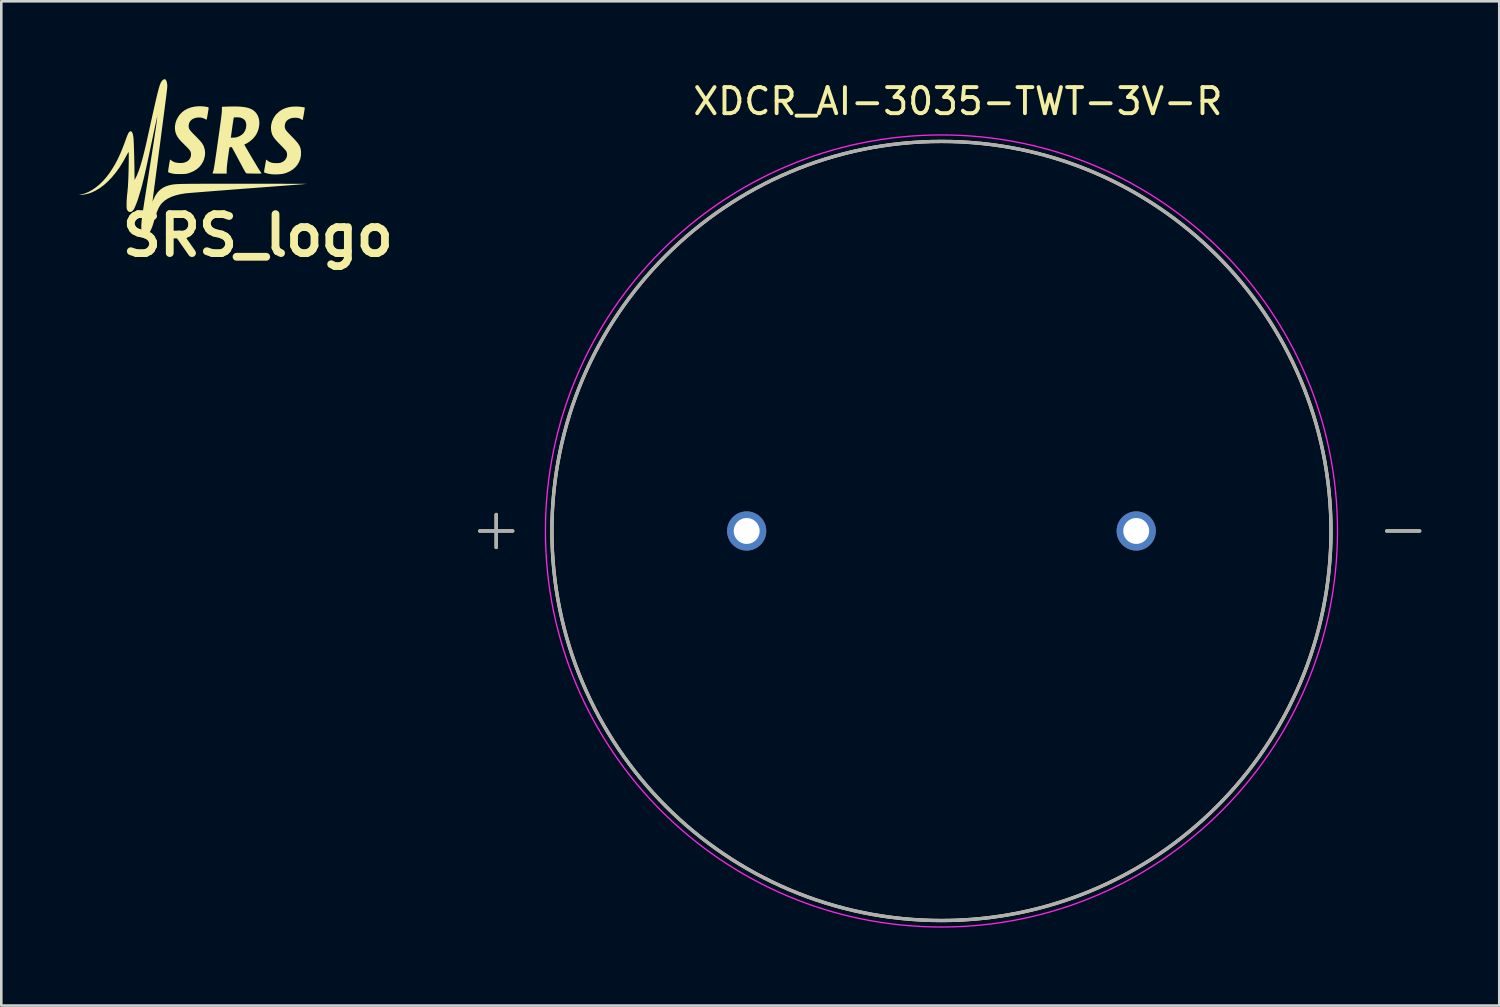
<source format=kicad_pcb>
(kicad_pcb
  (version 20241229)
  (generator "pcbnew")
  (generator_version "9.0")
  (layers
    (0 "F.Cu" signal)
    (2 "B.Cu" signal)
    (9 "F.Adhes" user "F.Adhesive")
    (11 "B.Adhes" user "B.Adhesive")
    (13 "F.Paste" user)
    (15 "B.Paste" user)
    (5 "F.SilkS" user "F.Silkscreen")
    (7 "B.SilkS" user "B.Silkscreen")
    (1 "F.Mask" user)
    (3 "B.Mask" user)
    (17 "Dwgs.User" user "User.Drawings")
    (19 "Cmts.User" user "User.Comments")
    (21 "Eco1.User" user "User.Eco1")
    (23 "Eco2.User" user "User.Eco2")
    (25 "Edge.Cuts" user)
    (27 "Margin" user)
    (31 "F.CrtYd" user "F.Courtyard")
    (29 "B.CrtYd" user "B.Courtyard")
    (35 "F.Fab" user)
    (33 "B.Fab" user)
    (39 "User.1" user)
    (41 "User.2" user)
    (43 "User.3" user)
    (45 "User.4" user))
  (footprint "XDCR_AI-3035-TWT-3V-R"
    (layer "F.Cu")
    (at 33.202 17.396)
    (property "Reference" "XDCR_AI-3035-TWT-3V-R" (at 0.633 -16.545 0) (layer "F.SilkS") (effects (font (size 1.004 1.004) (thickness 0.15))))
    (attr through_hole)
    (fp_line (start -17.78 0) (end -16.51 0) (stroke (width 0.127) (type solid)) (layer "F.SilkS"))
    (fp_line (start -17.145 -0.635) (end -17.145 0.635) (stroke (width 0.127) (type solid)) (layer "F.SilkS"))
    (fp_line (start 17.145 0) (end 18.415 0) (stroke (width 0.127) (type solid)) (layer "F.SilkS"))
    (fp_circle (center 0 0) (end 15 0) (stroke (width 0.127) (type solid)) (fill no) (layer "F.SilkS"))
    (fp_circle (center 0 0) (end 15.25 0) (stroke (width 0.05) (type solid)) (fill no) (layer "F.CrtYd"))
    (fp_line (start -17.78 0) (end -16.51 0) (stroke (width 0.127) (type solid)) (layer "F.Fab"))
    (fp_line (start -17.145 -0.635) (end -17.145 0.635) (stroke (width 0.127) (type solid)) (layer "F.Fab"))
    (fp_line (start 17.145 0) (end 18.415 0) (stroke (width 0.127) (type solid)) (layer "F.Fab"))
    (fp_circle (center 0 0) (end 15 0) (stroke (width 0.127) (type solid)) (fill no) (layer "F.Fab"))
    (pad "N" thru_hole circle (at 7.5 0) (size 1.508 1.508) (drill 1) (layers "*.Cu" "*.Mask"))
    (pad "P" thru_hole circle (at -7.5 0) (size 1.508 1.508) (drill 1) (layers "*.Cu" "*.Mask")))
  (footprint "SRS_logo"
    (layer "F.Cu")
    (at 4.38 3.017)
    (property "Reference" "SRS_logo" (at 2.5 3 0) (layer "F.SilkS") (effects (font (size 1.5 1.5) (thickness 0.3))))
    (attr board_only exclude_from_pos_files exclude_from_bom)
    (fp_poly (pts (xy 4.079 -1.96) (xy 4.145 -1.954) (xy 4.205 -1.946) (xy 4.255 -1.938) (xy 4.29 -1.929) (xy 4.307 -1.921) (xy 4.306 -1.909) (xy 4.302 -1.877) (xy 4.294 -1.83) (xy 4.285 -1.771) (xy 4.274 -1.702) (xy 4.27 -1.679) (xy 4.254 -1.593) (xy 4.241 -1.525) (xy 4.23 -1.476) (xy 4.221 -1.448) (xy 4.216 -1.442) (xy 4.199 -1.449) (xy 4.182 -1.464) (xy 4.16 -1.481) (xy 4.125 -1.499) (xy 4.097 -1.511) (xy 4.033 -1.527) (xy 3.957 -1.533) (xy 3.877 -1.531) (xy 3.8 -1.52) (xy 3.736 -1.5) (xy 3.73 -1.497) (xy 3.651 -1.452) (xy 3.594 -1.396) (xy 3.556 -1.331) (xy 3.538 -1.254) (xy 3.536 -1.213) (xy 3.537 -1.177) (xy 3.541 -1.144) (xy 3.55 -1.113) (xy 3.565 -1.081) (xy 3.588 -1.046) (xy 3.621 -1.005) (xy 3.665 -0.956) (xy 3.722 -0.896) (xy 3.793 -0.823) (xy 3.803 -0.813) (xy 3.89 -0.723) (xy 3.963 -0.644) (xy 4.021 -0.576) (xy 4.066 -0.514) (xy 4.101 -0.457) (xy 4.126 -0.401) (xy 4.143 -0.345) (xy 4.154 -0.285) (xy 4.161 -0.218) (xy 4.162 -0.2) (xy 4.157 -0.07) (xy 4.132 0.054) (xy 4.086 0.17) (xy 4.022 0.278) (xy 3.94 0.375) (xy 3.842 0.46) (xy 3.729 0.531) (xy 3.601 0.588) (xy 3.5 0.619) (xy 3.43 0.632) (xy 3.345 0.641) (xy 3.251 0.647) (xy 3.156 0.648) (xy 3.067 0.645) (xy 2.989 0.638) (xy 2.98 0.636) (xy 2.918 0.625) (xy 2.858 0.611) (xy 2.805 0.596) (xy 2.765 0.582) (xy 2.747 0.573) (xy 2.742 0.567) (xy 2.74 0.553) (xy 2.742 0.528) (xy 2.746 0.491) (xy 2.754 0.438) (xy 2.766 0.367) (xy 2.774 0.325) (xy 2.787 0.254) (xy 2.798 0.191) (xy 2.808 0.139) (xy 2.816 0.102) (xy 2.821 0.083) (xy 2.821 0.081) (xy 2.832 0.085) (xy 2.852 0.101) (xy 2.863 0.111) (xy 2.93 0.16) (xy 3.013 0.193) (xy 3.112 0.212) (xy 3.228 0.216) (xy 3.253 0.215) (xy 3.314 0.211) (xy 3.36 0.203) (xy 3.403 0.189) (xy 3.43 0.178) (xy 3.503 0.134) (xy 3.56 0.077) (xy 3.6 0.01) (xy 3.622 -0.064) (xy 3.624 -0.141) (xy 3.606 -0.218) (xy 3.598 -0.235) (xy 3.582 -0.259) (xy 3.551 -0.297) (xy 3.506 -0.347) (xy 3.448 -0.407) (xy 3.38 -0.477) (xy 3.376 -0.481) (xy 3.288 -0.57) (xy 3.216 -0.647) (xy 3.158 -0.715) (xy 3.113 -0.775) (xy 3.078 -0.83) (xy 3.053 -0.882) (xy 3.043 -0.909) (xy 3.012 -1.029) (xy 3.003 -1.152) (xy 3.015 -1.276) (xy 3.048 -1.397) (xy 3.1 -1.513) (xy 3.17 -1.622) (xy 3.219 -1.679) (xy 3.322 -1.773) (xy 3.437 -1.849) (xy 3.565 -1.906) (xy 3.706 -1.944) (xy 3.859 -1.963) (xy 4.01 -1.964)) (stroke (width 0) (type solid)) (fill yes) (layer "F.SilkS"))
    (fp_poly (pts (xy 0.315 -1.975) (xy 0.392 -1.97) (xy 0.463 -1.962) (xy 0.523 -1.953) (xy 0.568 -1.944) (xy 0.595 -1.934) (xy 0.6 -1.927) (xy 0.602 -1.913) (xy 0.601 -1.888) (xy 0.597 -1.85) (xy 0.589 -1.796) (xy 0.577 -1.723) (xy 0.572 -1.697) (xy 0.56 -1.628) (xy 0.549 -1.566) (xy 0.539 -1.515) (xy 0.531 -1.479) (xy 0.526 -1.462) (xy 0.526 -1.461) (xy 0.512 -1.461) (xy 0.487 -1.472) (xy 0.471 -1.481) (xy 0.397 -1.518) (xy 0.311 -1.539) (xy 0.219 -1.544) (xy 0.127 -1.534) (xy 0.041 -1.509) (xy -0.036 -1.469) (xy -0.049 -1.459) (xy -0.104 -1.403) (xy -0.143 -1.334) (xy -0.163 -1.257) (xy -0.166 -1.219) (xy -0.164 -1.181) (xy -0.159 -1.147) (xy -0.147 -1.114) (xy -0.129 -1.079) (xy -0.101 -1.04) (xy -0.063 -0.995) (xy -0.012 -0.94) (xy 0.053 -0.874) (xy 0.097 -0.83) (xy 0.178 -0.748) (xy 0.243 -0.679) (xy 0.296 -0.62) (xy 0.337 -0.568) (xy 0.37 -0.52) (xy 0.396 -0.474) (xy 0.418 -0.427) (xy 0.42 -0.421) (xy 0.455 -0.306) (xy 0.468 -0.185) (xy 0.459 -0.063) (xy 0.429 0.06) (xy 0.391 0.154) (xy 0.323 0.269) (xy 0.238 0.37) (xy 0.135 0.457) (xy 0.014 0.53) (xy -0.123 0.587) (xy -0.168 0.602) (xy -0.209 0.614) (xy -0.246 0.622) (xy -0.285 0.628) (xy -0.331 0.632) (xy -0.39 0.634) (xy -0.463 0.636) (xy -0.572 0.636) (xy -0.662 0.633) (xy -0.731 0.627) (xy -0.746 0.624) (xy -0.814 0.61) (xy -0.873 0.595) (xy -0.919 0.579) (xy -0.948 0.564) (xy -0.957 0.554) (xy -0.957 0.539) (xy -0.953 0.506) (xy -0.947 0.459) (xy -0.939 0.403) (xy -0.929 0.341) (xy -0.919 0.278) (xy -0.909 0.218) (xy -0.899 0.165) (xy -0.891 0.124) (xy -0.885 0.1) (xy -0.874 0.085) (xy -0.858 0.08) (xy -0.848 0.087) (xy -0.847 0.092) (xy -0.837 0.105) (xy -0.813 0.124) (xy -0.779 0.145) (xy -0.743 0.165) (xy -0.708 0.18) (xy -0.698 0.184) (xy -0.668 0.19) (xy -0.623 0.198) (xy -0.572 0.205) (xy -0.558 0.207) (xy -0.452 0.211) (xy -0.355 0.199) (xy -0.27 0.172) (xy -0.198 0.13) (xy -0.141 0.075) (xy -0.101 0.009) (xy -0.079 -0.069) (xy -0.075 -0.114) (xy -0.076 -0.155) (xy -0.082 -0.191) (xy -0.093 -0.226) (xy -0.112 -0.262) (xy -0.141 -0.302) (xy -0.181 -0.348) (xy -0.235 -0.404) (xy -0.303 -0.471) (xy -0.318 -0.486) (xy -0.399 -0.566) (xy -0.464 -0.634) (xy -0.517 -0.692) (xy -0.559 -0.745) (xy -0.593 -0.795) (xy -0.622 -0.845) (xy -0.639 -0.88) (xy -0.677 -0.986) (xy -0.695 -1.098) (xy -0.693 -1.213) (xy -0.673 -1.329) (xy -0.635 -1.442) (xy -0.58 -1.55) (xy -0.51 -1.651) (xy -0.424 -1.741) (xy -0.329 -1.816) (xy -0.212 -1.88) (xy -0.081 -1.929) (xy 0.059 -1.961) (xy 0.207 -1.976)) (stroke (width 0) (type solid)) (fill yes) (layer "F.SilkS"))
    (fp_poly (pts (xy 1.685 -1.967) (xy 1.829 -1.96) (xy 1.956 -1.947) (xy 2.066 -1.927) (xy 2.161 -1.901) (xy 2.244 -1.867) (xy 2.316 -1.826) (xy 2.377 -1.776) (xy 2.43 -1.718) (xy 2.439 -1.708) (xy 2.498 -1.612) (xy 2.537 -1.505) (xy 2.556 -1.39) (xy 2.555 -1.266) (xy 2.533 -1.135) (xy 2.511 -1.054) (xy 2.465 -0.94) (xy 2.4 -0.834) (xy 2.319 -0.736) (xy 2.265 -0.685) (xy 2.2 -0.632) (xy 2.132 -0.583) (xy 2.066 -0.543) (xy 2.019 -0.52) (xy 1.993 -0.508) (xy 1.98 -0.499) (xy 1.979 -0.497) (xy 1.985 -0.485) (xy 2.001 -0.456) (xy 2.026 -0.412) (xy 2.059 -0.354) (xy 2.099 -0.287) (xy 2.143 -0.211) (xy 2.191 -0.129) (xy 2.241 -0.044) (xy 2.292 0.043) (xy 2.343 0.128) (xy 2.393 0.211) (xy 2.439 0.288) (xy 2.48 0.357) (xy 2.516 0.416) (xy 2.545 0.462) (xy 2.565 0.494) (xy 2.57 0.502) (xy 2.599 0.545) (xy 2.623 0.58) (xy 2.638 0.604) (xy 2.643 0.613) (xy 2.632 0.615) (xy 2.602 0.616) (xy 2.557 0.617) (xy 2.499 0.617) (xy 2.434 0.617) (xy 2.364 0.617) (xy 2.294 0.616) (xy 2.226 0.615) (xy 2.166 0.613) (xy 2.115 0.612) (xy 2.079 0.61) (xy 2.061 0.608) (xy 2.061 0.608) (xy 2.051 0.602) (xy 2.038 0.588) (xy 2.02 0.563) (xy 1.998 0.527) (xy 1.969 0.476) (xy 1.932 0.41) (xy 1.887 0.326) (xy 1.863 0.28) (xy 1.815 0.191) (xy 1.765 0.098) (xy 1.716 0.006) (xy 1.671 -0.079) (xy 1.63 -0.154) (xy 1.598 -0.214) (xy 1.595 -0.22) (xy 1.497 -0.4) (xy 1.453 -0.4) (xy 1.441 -0.401) (xy 1.43 -0.401) (xy 1.422 -0.399) (xy 1.415 -0.393) (xy 1.408 -0.379) (xy 1.402 -0.357) (xy 1.396 -0.324) (xy 1.388 -0.277) (xy 1.379 -0.215) (xy 1.368 -0.135) (xy 1.354 -0.035) (xy 1.349 0) (xy 1.33 0.141) (xy 1.316 0.261) (xy 1.306 0.361) (xy 1.301 0.442) (xy 1.3 0.478) (xy 1.299 0.618) (xy 1.029 0.618) (xy 0.953 0.618) (xy 0.884 0.617) (xy 0.827 0.616) (xy 0.784 0.614) (xy 0.758 0.613) (xy 0.753 0.612) (xy 0.754 0.599) (xy 0.763 0.574) (xy 0.768 0.563) (xy 0.774 0.547) (xy 0.781 0.527) (xy 0.789 0.5) (xy 0.796 0.465) (xy 0.805 0.421) (xy 0.815 0.366) (xy 0.826 0.299) (xy 0.839 0.218) (xy 0.853 0.122) (xy 0.87 0.008) (xy 0.889 -0.123) (xy 0.911 -0.275) (xy 0.932 -0.423) (xy 0.96 -0.622) (xy 0.981 -0.767) (xy 1.458 -0.767) (xy 1.545 -0.767) (xy 1.598 -0.769) (xy 1.653 -0.776) (xy 1.694 -0.785) (xy 1.799 -0.826) (xy 1.886 -0.881) (xy 1.956 -0.951) (xy 2.007 -1.035) (xy 2.041 -1.133) (xy 2.043 -1.145) (xy 2.054 -1.232) (xy 2.048 -1.313) (xy 2.028 -1.384) (xy 1.993 -1.442) (xy 1.963 -1.47) (xy 1.907 -1.507) (xy 1.85 -1.531) (xy 1.785 -1.545) (xy 1.706 -1.549) (xy 1.697 -1.55) (xy 1.648 -1.549) (xy 1.607 -1.548) (xy 1.581 -1.545) (xy 1.574 -1.543) (xy 1.57 -1.53) (xy 1.564 -1.498) (xy 1.556 -1.448) (xy 1.546 -1.383) (xy 1.534 -1.306) (xy 1.522 -1.22) (xy 1.512 -1.151) (xy 1.458 -0.767) (xy 0.981 -0.767) (xy 0.985 -0.8) (xy 1.008 -0.958) (xy 1.027 -1.097) (xy 1.044 -1.22) (xy 1.059 -1.326) (xy 1.071 -1.418) (xy 1.082 -1.497) (xy 1.09 -1.564) (xy 1.097 -1.621) (xy 1.103 -1.669) (xy 1.107 -1.709) (xy 1.11 -1.743) (xy 1.112 -1.773) (xy 1.113 -1.799) (xy 1.114 -1.823) (xy 1.114 -1.832) (xy 1.116 -1.954) (xy 1.339 -1.963) (xy 1.522 -1.967)) (stroke (width 0) (type solid)) (fill yes) (layer "F.SilkS"))
    (fp_poly (pts (xy -1.049 -2.999) (xy -1.024 -2.958) (xy -1.005 -2.897) (xy -0.992 -2.815) (xy -0.989 -2.789) (xy -0.989 -2.78) (xy -0.988 -2.772) (xy -0.988 -2.762) (xy -0.988 -2.751) (xy -0.989 -2.736) (xy -0.99 -2.719) (xy -0.991 -2.697) (xy -0.994 -2.671) (xy -0.997 -2.639) (xy -1.001 -2.6) (xy -1.007 -2.554) (xy -1.013 -2.501) (xy -1.021 -2.439) (xy -1.029 -2.367) (xy -1.04 -2.285) (xy -1.051 -2.193) (xy -1.065 -2.089) (xy -1.08 -1.972) (xy -1.096 -1.842) (xy -1.115 -1.699) (xy -1.136 -1.541) (xy -1.158 -1.367) (xy -1.183 -1.178) (xy -1.21 -0.971) (xy -1.239 -0.747) (xy -1.271 -0.504) (xy -1.306 -0.242) (xy -1.343 0.039) (xy -1.382 0.341) (xy -1.425 0.665) (xy -1.458 0.92) (xy -1.475 1.049) (xy -1.491 1.17) (xy -1.506 1.284) (xy -1.519 1.387) (xy -1.531 1.477) (xy -1.54 1.554) (xy -1.548 1.614) (xy -1.553 1.656) (xy -1.555 1.679) (xy -1.556 1.681) (xy -1.552 1.679) (xy -1.541 1.659) (xy -1.525 1.625) (xy -1.512 1.595) (xy -1.446 1.462) (xy -1.368 1.347) (xy -1.276 1.251) (xy -1.17 1.172) (xy -1.049 1.111) (xy -0.913 1.065) (xy -0.852 1.052) (xy -0.827 1.047) (xy -0.801 1.042) (xy -0.774 1.038) (xy -0.745 1.034) (xy -0.712 1.031) (xy -0.675 1.027) (xy -0.633 1.024) (xy -0.584 1.022) (xy -0.529 1.019) (xy -0.465 1.017) (xy -0.393 1.016) (xy -0.311 1.014) (xy -0.217 1.013) (xy -0.112 1.011) (xy 0.006 1.01) (xy 0.137 1.01) (xy 0.284 1.009) (xy 0.445 1.009) (xy 0.624 1.008) (xy 0.82 1.008) (xy 1.034 1.008) (xy 1.268 1.008) (xy 1.523 1.008) (xy 1.798 1.008) (xy 1.985 1.008) (xy 2.218 1.008) (xy 2.445 1.008) (xy 2.665 1.008) (xy 2.876 1.008) (xy 3.078 1.009) (xy 3.269 1.009) (xy 3.449 1.009) (xy 3.617 1.01) (xy 3.771 1.01) (xy 3.91 1.01) (xy 4.034 1.011) (xy 4.14 1.011) (xy 4.23 1.011) (xy 4.3 1.012) (xy 4.35 1.012) (xy 4.38 1.013) (xy 4.388 1.013) (xy 4.375 1.015) (xy 4.341 1.018) (xy 4.288 1.022) (xy 4.218 1.028) (xy 4.132 1.035) (xy 4.034 1.043) (xy 3.923 1.051) (xy 3.804 1.061) (xy 3.677 1.07) (xy 3.61 1.075) (xy 3.228 1.104) (xy 2.864 1.132) (xy 2.518 1.158) (xy 2.191 1.183) (xy 1.883 1.206) (xy 1.594 1.228) (xy 1.324 1.249) (xy 1.074 1.269) (xy 0.844 1.286) (xy 0.634 1.303) (xy 0.444 1.318) (xy 0.276 1.331) (xy 0.128 1.343) (xy 0.002 1.353) (xy -0.102 1.362) (xy -0.185 1.369) (xy -0.245 1.374) (xy -0.283 1.378) (xy -0.29 1.379) (xy -0.489 1.411) (xy -0.668 1.456) (xy -0.827 1.511) (xy -0.967 1.578) (xy -1.087 1.657) (xy -1.188 1.747) (xy -1.221 1.785) (xy -1.26 1.837) (xy -1.297 1.897) (xy -1.334 1.968) (xy -1.37 2.051) (xy -1.407 2.149) (xy -1.445 2.264) (xy -1.486 2.398) (xy -1.527 2.54) (xy -1.545 2.598) (xy -1.568 2.664) (xy -1.593 2.726) (xy -1.599 2.74) (xy -1.647 2.842) (xy -1.696 2.92) (xy -1.743 2.976) (xy -1.791 3.01) (xy -1.837 3.021) (xy -1.883 3.009) (xy -1.903 2.996) (xy -1.933 2.969) (xy -1.955 2.936) (xy -1.971 2.895) (xy -1.981 2.84) (xy -1.987 2.769) (xy -1.989 2.723) (xy -1.989 2.683) (xy -1.989 2.643) (xy -1.989 2.603) (xy -1.987 2.559) (xy -1.983 2.512) (xy -1.979 2.459) (xy -1.972 2.399) (xy -1.964 2.33) (xy -1.954 2.252) (xy -1.942 2.163) (xy -1.927 2.06) (xy -1.909 1.944) (xy -1.889 1.811) (xy -1.875 1.721) (xy -1.567 1.721) (xy -1.564 1.736) (xy -1.561 1.736) (xy -1.558 1.721) (xy -1.56 1.714) (xy -1.565 1.71) (xy -1.567 1.721) (xy -1.875 1.721) (xy -1.866 1.662) (xy -1.839 1.494) (xy -1.81 1.306) (xy -1.785 1.15) (xy -1.731 0.811) (xy -1.681 0.494) (xy -1.635 0.2) (xy -1.593 -0.072) (xy -1.554 -0.321) (xy -1.519 -0.547) (xy -1.488 -0.751) (xy -1.461 -0.933) (xy -1.437 -1.091) (xy -1.417 -1.228) (xy -1.401 -1.341) (xy -1.389 -1.433) (xy -1.381 -1.501) (xy -1.376 -1.548) (xy -1.375 -1.571) (xy -1.375 -1.572) (xy -1.378 -1.565) (xy -1.385 -1.536) (xy -1.396 -1.488) (xy -1.411 -1.422) (xy -1.429 -1.34) (xy -1.451 -1.242) (xy -1.475 -1.131) (xy -1.501 -1.007) (xy -1.53 -0.873) (xy -1.56 -0.73) (xy -1.592 -0.579) (xy -1.611 -0.492) (xy -1.662 -0.248) (xy -1.709 -0.026) (xy -1.753 0.176) (xy -1.793 0.359) (xy -1.83 0.525) (xy -1.864 0.674) (xy -1.896 0.808) (xy -1.925 0.928) (xy -1.952 1.036) (xy -1.978 1.131) (xy -2.001 1.217) (xy -2.017 1.27) (xy -2.033 1.324) (xy -2.053 1.39) (xy -2.072 1.458) (xy -2.083 1.493) (xy -2.126 1.632) (xy -2.181 1.778) (xy -2.239 1.918) (xy -2.279 1.997) (xy -2.322 2.052) (xy -2.369 2.085) (xy -2.418 2.096) (xy -2.46 2.089) (xy -2.488 2.076) (xy -2.511 2.051) (xy -2.529 2.019) (xy -2.539 1.997) (xy -2.547 1.976) (xy -2.552 1.953) (xy -2.555 1.922) (xy -2.556 1.88) (xy -2.556 1.822) (xy -2.556 1.773) (xy -2.554 1.695) (xy -2.55 1.611) (xy -2.544 1.529) (xy -2.538 1.459) (xy -2.536 1.442) (xy -2.528 1.371) (xy -2.519 1.289) (xy -2.512 1.206) (xy -2.506 1.138) (xy -2.501 1.066) (xy -2.497 0.981) (xy -2.492 0.885) (xy -2.488 0.782) (xy -2.484 0.673) (xy -2.481 0.56) (xy -2.478 0.448) (xy -2.476 0.336) (xy -2.474 0.229) (xy -2.472 0.128) (xy -2.472 0.036) (xy -2.472 -0.045) (xy -2.472 -0.113) (xy -2.474 -0.164) (xy -2.476 -0.197) (xy -2.479 -0.21) (xy -2.487 -0.203) (xy -2.503 -0.179) (xy -2.525 -0.141) (xy -2.552 -0.092) (xy -2.57 -0.058) (xy -2.697 0.171) (xy -2.832 0.384) (xy -2.973 0.58) (xy -3.12 0.758) (xy -3.271 0.916) (xy -3.426 1.055) (xy -3.585 1.174) (xy -3.747 1.272) (xy -3.91 1.348) (xy -3.98 1.373) (xy -4.049 1.393) (xy -4.127 1.412) (xy -4.206 1.427) (xy -4.279 1.437) (xy -4.339 1.441) (xy -4.348 1.441) (xy -4.372 1.44) (xy -4.38 1.438) (xy -4.369 1.434) (xy -4.338 1.428) (xy -4.319 1.425) (xy -4.174 1.387) (xy -4.028 1.327) (xy -3.882 1.248) (xy -3.737 1.148) (xy -3.595 1.031) (xy -3.458 0.896) (xy -3.326 0.745) (xy -3.202 0.58) (xy -3.182 0.55) (xy -3.083 0.397) (xy -2.991 0.24) (xy -2.904 0.077) (xy -2.822 -0.097) (xy -2.741 -0.285) (xy -2.661 -0.491) (xy -2.615 -0.616) (xy -2.578 -0.718) (xy -2.548 -0.8) (xy -2.522 -0.864) (xy -2.499 -0.914) (xy -2.479 -0.951) (xy -2.461 -0.977) (xy -2.442 -0.994) (xy -2.422 -1.006) (xy -2.406 -1.012) (xy -2.376 -1.01) (xy -2.35 -0.986) (xy -2.327 -0.939) (xy -2.308 -0.87) (xy -2.293 -0.779) (xy -2.289 -0.744) (xy -2.286 -0.708) (xy -2.283 -0.652) (xy -2.28 -0.578) (xy -2.276 -0.489) (xy -2.273 -0.386) (xy -2.269 -0.274) (xy -2.266 -0.153) (xy -2.262 -0.027) (xy -2.259 0.101) (xy -2.257 0.231) (xy -2.254 0.358) (xy -2.252 0.48) (xy -2.251 0.596) (xy -2.251 0.612) (xy -2.248 0.864) (xy -2.205 0.782) (xy -2.165 0.701) (xy -2.126 0.609) (xy -2.086 0.506) (xy -2.046 0.391) (xy -2.006 0.261) (xy -1.964 0.116) (xy -1.92 -0.046) (xy -1.875 -0.226) (xy -1.827 -0.425) (xy -1.777 -0.644) (xy -1.745 -0.789) (xy -1.689 -1.044) (xy -1.638 -1.277) (xy -1.591 -1.489) (xy -1.561 -1.625) (xy -1.371 -1.625) (xy -1.369 -1.608) (xy -1.365 -1.61) (xy -1.364 -1.634) (xy -1.365 -1.639) (xy -1.37 -1.64) (xy -1.371 -1.625) (xy -1.561 -1.625) (xy -1.548 -1.683) (xy -1.509 -1.857) (xy -1.473 -2.015) (xy -1.441 -2.156) (xy -1.411 -2.281) (xy -1.385 -2.393) (xy -1.361 -2.49) (xy -1.339 -2.576) (xy -1.319 -2.65) (xy -1.301 -2.713) (xy -1.284 -2.767) (xy -1.268 -2.813) (xy -1.253 -2.851) (xy -1.239 -2.883) (xy -1.225 -2.909) (xy -1.212 -2.931) (xy -1.198 -2.949) (xy -1.183 -2.965) (xy -1.168 -2.979) (xy -1.156 -2.99) (xy -1.115 -3.015) (xy -1.08 -3.017)) (stroke (width 0) (type solid)) (fill yes) (layer "F.SilkS")))
  (gr_rect
    (start -3 -3)
    (end 54.681 35.671)
    (stroke (width 0.1) (type default))
    (fill no)
    (layer "Edge.Cuts")))
</source>
